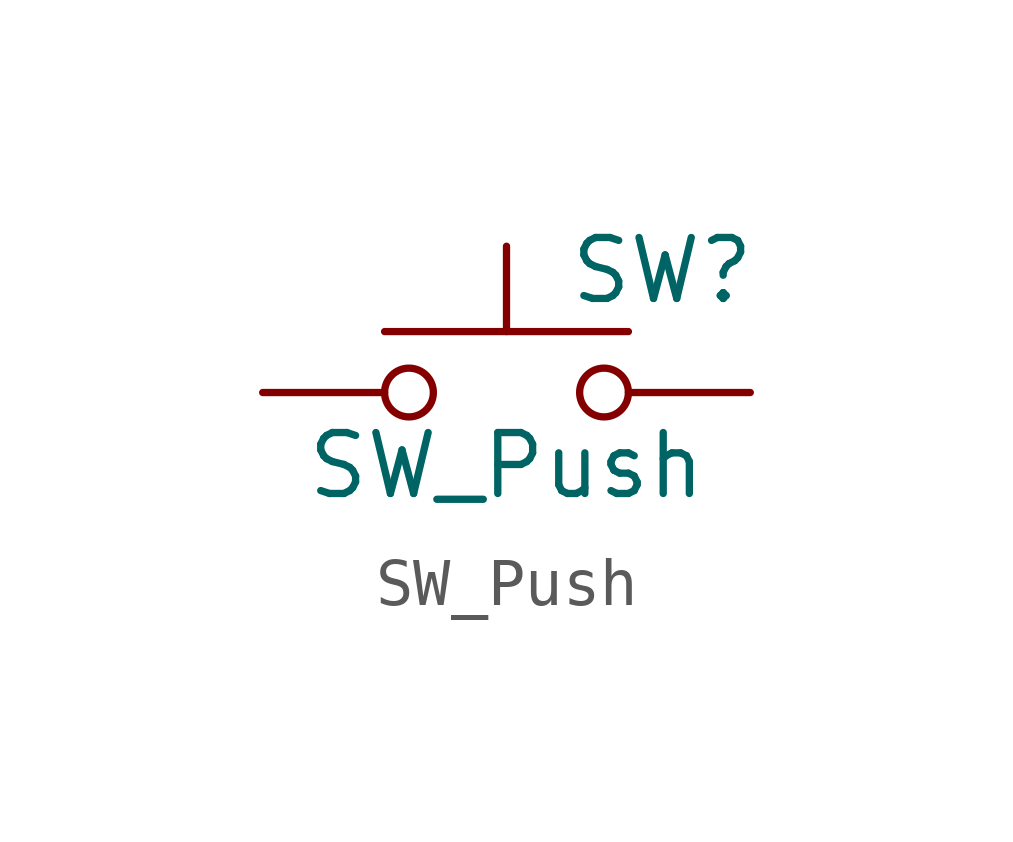
<source format=kicad_sym>
(kicad_symbol_lib
  (version 20241209)
  (generator "kicad_symbol_editor")
  (generator_version "9.0")
  (symbol "SW_Push"
    (pin_numbers
      (hide yes))
    (pin_names
      (offset 1.016)
      (hide yes))
    (property "Reference" "SW"
      (at 1.27 2.54 0)
      (effects (font (size 1.27 1.27)) (justify left)))
    (property "Value" "SW_Push"
      (at 0 -1.524 0)
      (effects (font (size 1.27 1.27))))
    (symbol "SW_Push_0_1"
      (circle (center -2.032 0) (radius 0.508) (stroke (width 0) (type default)) (fill (type none)))
      (polyline (pts (xy 0 1.27) (xy 0 3.048)) (stroke (width 0) (type default)) (fill (type none)))
      (circle (center 2.032 0) (radius 0.508) (stroke (width 0) (type default)) (fill (type none)))
      (polyline (pts (xy 2.54 1.27) (xy -2.54 1.27)) (stroke (width 0) (type default)) (fill (type none)))
      (pin passive line (at -5.08 0 0) (length 2.54) (name "COM_1" (effects (font (size 1.27 1.27)))) (number "2" (effects (font (size 1.27 1.27)))))
      (pin no_connect line (at -5.08 -1.27 0) (length 2.54) (hide yes) (name "NO_1" (effects (font (size 1.27 1.27)))) (number "1" (effects (font (size 1.27 1.27)))))
      (pin passive line (at 5.08 0 180) (length 2.54) (name "COM_2" (effects (font (size 1.27 1.27)))) (number "4" (effects (font (size 1.27 1.27)))))
      (pin no_connect line (at 5.08 -1.27 180) (length 2.54) (hide yes) (name "NO_2" (effects (font (size 1.27 1.27)))) (number "3" (effects (font (size 1.27 1.27))))))))
</source>
